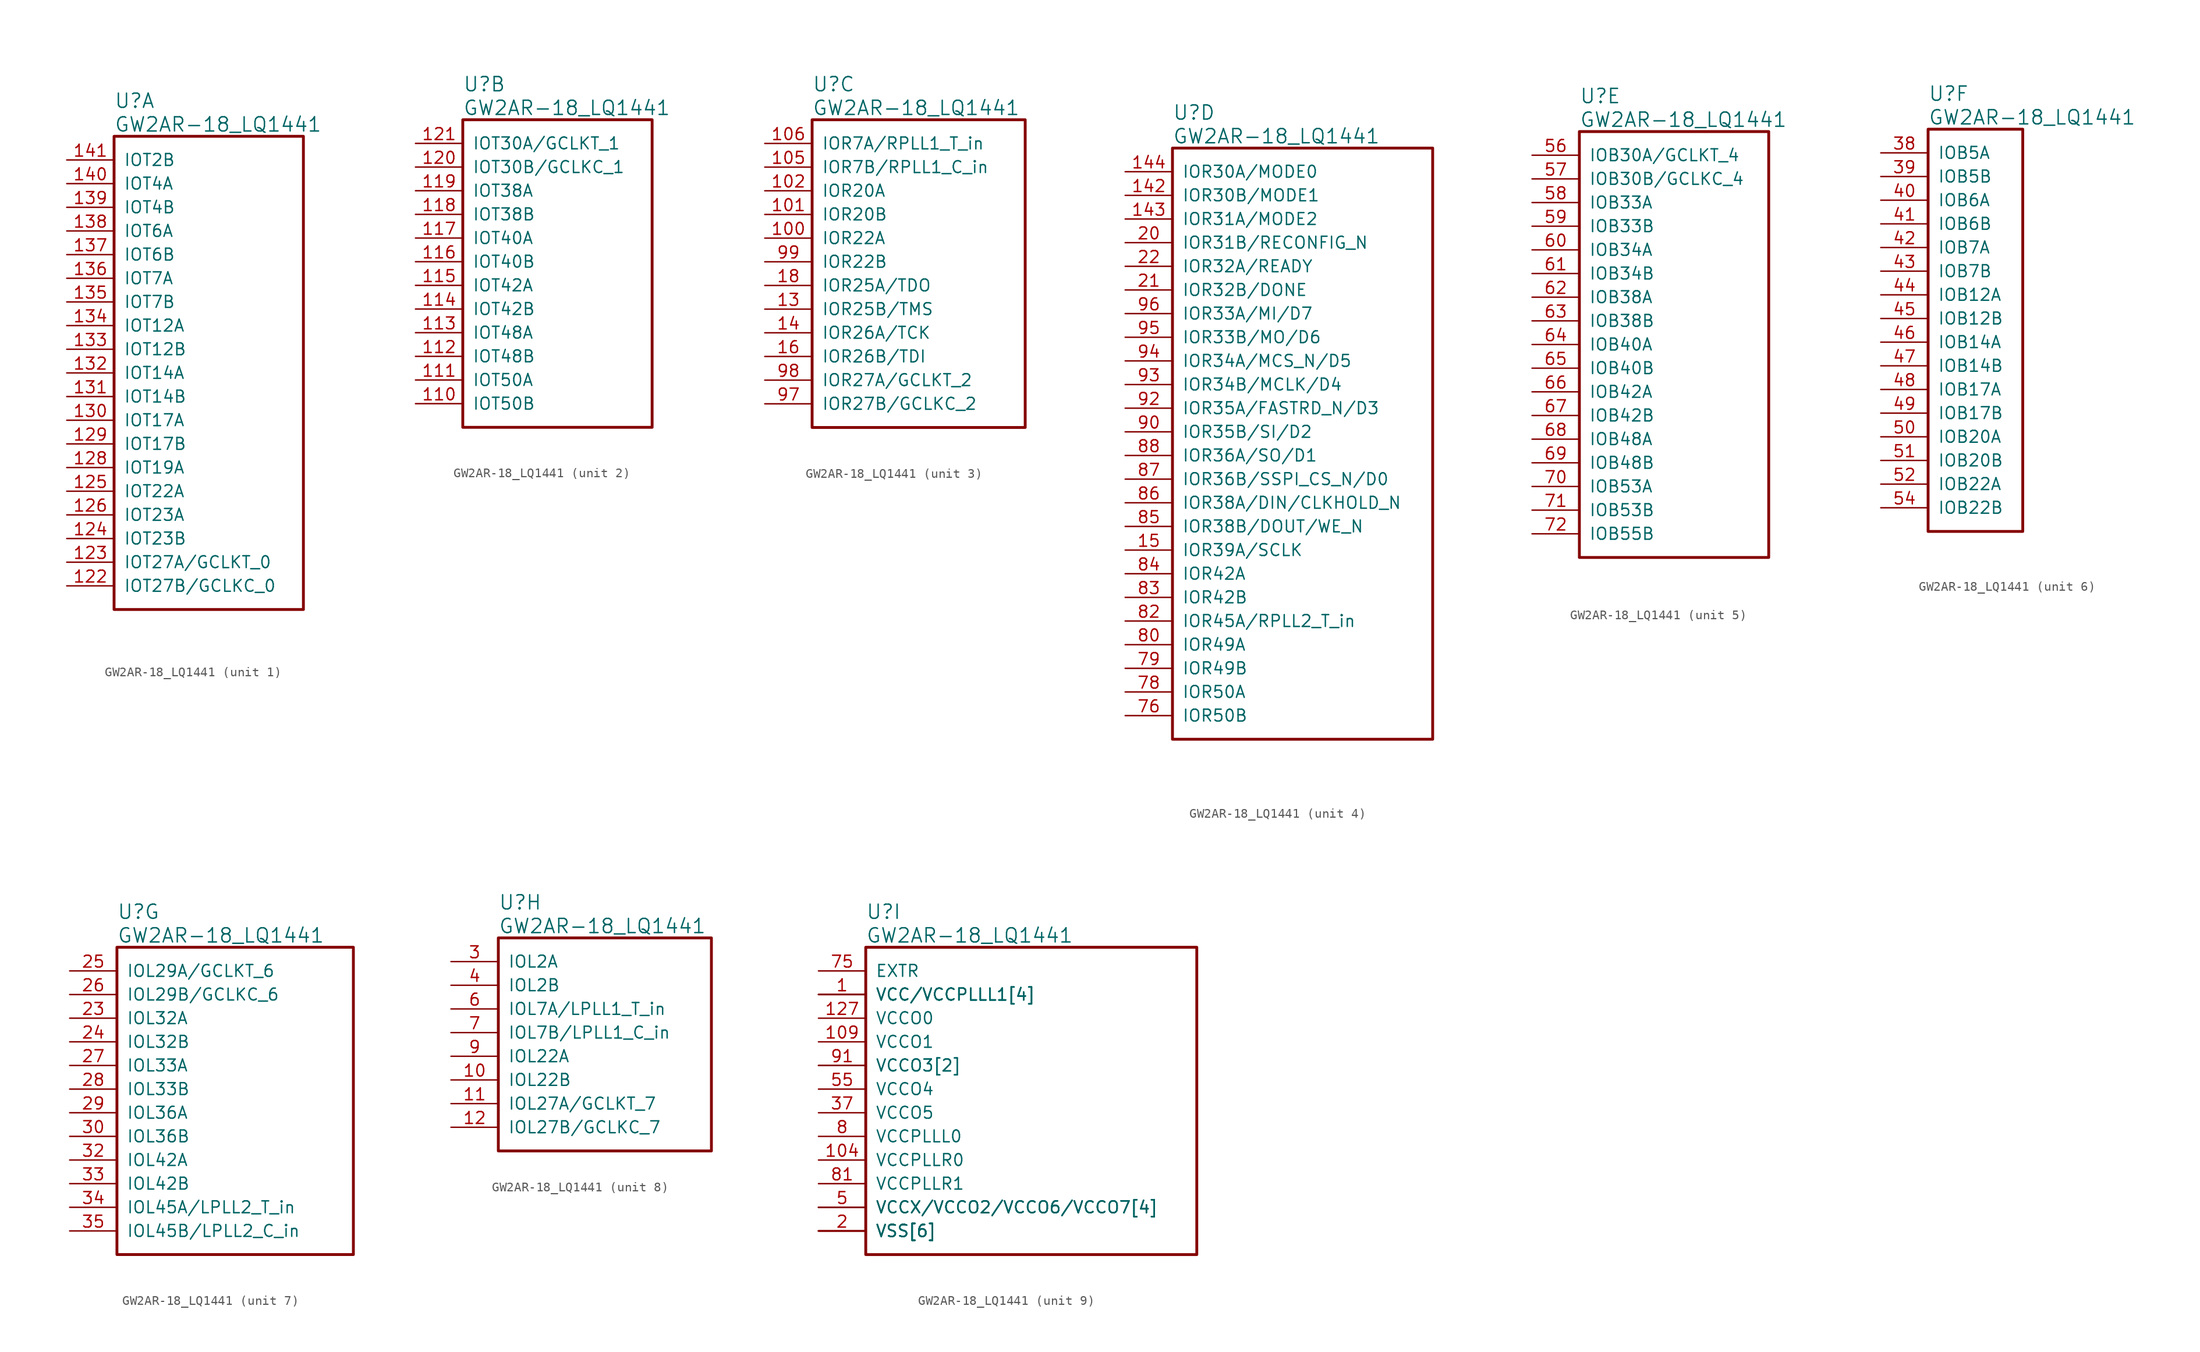
<source format=kicad_sym>
(kicad_symbol_lib
  (version 20220914)
  (generator kicad_symbol_editor)
  (symbol "GW2AR-18_LQ1441"
    (pin_names
      (offset 1.016))
    (property "Reference" "U"
      (at 5.08 6.35 0)
      (effects (font (size 1.524 1.524)) (justify left)))
    (property "Value" "GW2AR-18_LQ1441"
      (at 5.08 3.81 0)
      (effects (font (size 1.524 1.524)) (justify left)))
    (property "ki_locked" ""
      (at 0 0 0)
      (effects (font (size 1.27 1.27))))
    (symbol "GW2AR-18_LQ1441_1_1"
      (rectangle (start 5.08 2.54) (end 25.4 -48.26) (stroke (width 0.305) (type solid)) (fill (type none)))
      (pin bidirectional line (at 0 -45.72 0) (length 5.08) (name "IOT27B/GCLKC_0" (effects (font (size 1.27 1.27)))) (number "122" (effects (font (size 1.27 1.27)))))
      (pin bidirectional line (at 0 -43.18 0) (length 5.08) (name "IOT27A/GCLKT_0" (effects (font (size 1.27 1.27)))) (number "123" (effects (font (size 1.27 1.27)))))
      (pin bidirectional line (at 0 -40.64 0) (length 5.08) (name "IOT23B" (effects (font (size 1.27 1.27)))) (number "124" (effects (font (size 1.27 1.27)))))
      (pin bidirectional line (at 0 -35.56 0) (length 5.08) (name "IOT22A" (effects (font (size 1.27 1.27)))) (number "125" (effects (font (size 1.27 1.27)))))
      (pin bidirectional line (at 0 -38.1 0) (length 5.08) (name "IOT23A" (effects (font (size 1.27 1.27)))) (number "126" (effects (font (size 1.27 1.27)))))
      (pin bidirectional line (at 0 -33.02 0) (length 5.08) (name "IOT19A" (effects (font (size 1.27 1.27)))) (number "128" (effects (font (size 1.27 1.27)))))
      (pin bidirectional line (at 0 -30.48 0) (length 5.08) (name "IOT17B" (effects (font (size 1.27 1.27)))) (number "129" (effects (font (size 1.27 1.27)))))
      (pin bidirectional line (at 0 -27.94 0) (length 5.08) (name "IOT17A" (effects (font (size 1.27 1.27)))) (number "130" (effects (font (size 1.27 1.27)))))
      (pin bidirectional line (at 0 -25.4 0) (length 5.08) (name "IOT14B" (effects (font (size 1.27 1.27)))) (number "131" (effects (font (size 1.27 1.27)))))
      (pin bidirectional line (at 0 -22.86 0) (length 5.08) (name "IOT14A" (effects (font (size 1.27 1.27)))) (number "132" (effects (font (size 1.27 1.27)))))
      (pin bidirectional line (at 0 -20.32 0) (length 5.08) (name "IOT12B" (effects (font (size 1.27 1.27)))) (number "133" (effects (font (size 1.27 1.27)))))
      (pin bidirectional line (at 0 -17.78 0) (length 5.08) (name "IOT12A" (effects (font (size 1.27 1.27)))) (number "134" (effects (font (size 1.27 1.27)))))
      (pin bidirectional line (at 0 -15.24 0) (length 5.08) (name "IOT7B" (effects (font (size 1.27 1.27)))) (number "135" (effects (font (size 1.27 1.27)))))
      (pin bidirectional line (at 0 -12.7 0) (length 5.08) (name "IOT7A" (effects (font (size 1.27 1.27)))) (number "136" (effects (font (size 1.27 1.27)))))
      (pin bidirectional line (at 0 -10.16 0) (length 5.08) (name "IOT6B" (effects (font (size 1.27 1.27)))) (number "137" (effects (font (size 1.27 1.27)))))
      (pin bidirectional line (at 0 -7.62 0) (length 5.08) (name "IOT6A" (effects (font (size 1.27 1.27)))) (number "138" (effects (font (size 1.27 1.27)))))
      (pin bidirectional line (at 0 -5.08 0) (length 5.08) (name "IOT4B" (effects (font (size 1.27 1.27)))) (number "139" (effects (font (size 1.27 1.27)))))
      (pin bidirectional line (at 0 -2.54 0) (length 5.08) (name "IOT4A" (effects (font (size 1.27 1.27)))) (number "140" (effects (font (size 1.27 1.27)))))
      (pin bidirectional line (at 0 0 0) (length 5.08) (name "IOT2B" (effects (font (size 1.27 1.27)))) (number "141" (effects (font (size 1.27 1.27))))))
    (symbol "GW2AR-18_LQ1441_2_1"
      (rectangle (start 5.08 2.54) (end 25.4 -30.48) (stroke (width 0.305) (type solid)) (fill (type none)))
      (pin bidirectional line (at 0 -27.94 0) (length 5.08) (name "IOT50B" (effects (font (size 1.27 1.27)))) (number "110" (effects (font (size 1.27 1.27)))))
      (pin bidirectional line (at 0 -25.4 0) (length 5.08) (name "IOT50A" (effects (font (size 1.27 1.27)))) (number "111" (effects (font (size 1.27 1.27)))))
      (pin bidirectional line (at 0 -22.86 0) (length 5.08) (name "IOT48B" (effects (font (size 1.27 1.27)))) (number "112" (effects (font (size 1.27 1.27)))))
      (pin bidirectional line (at 0 -20.32 0) (length 5.08) (name "IOT48A" (effects (font (size 1.27 1.27)))) (number "113" (effects (font (size 1.27 1.27)))))
      (pin bidirectional line (at 0 -17.78 0) (length 5.08) (name "IOT42B" (effects (font (size 1.27 1.27)))) (number "114" (effects (font (size 1.27 1.27)))))
      (pin bidirectional line (at 0 -15.24 0) (length 5.08) (name "IOT42A" (effects (font (size 1.27 1.27)))) (number "115" (effects (font (size 1.27 1.27)))))
      (pin bidirectional line (at 0 -12.7 0) (length 5.08) (name "IOT40B" (effects (font (size 1.27 1.27)))) (number "116" (effects (font (size 1.27 1.27)))))
      (pin bidirectional line (at 0 -10.16 0) (length 5.08) (name "IOT40A" (effects (font (size 1.27 1.27)))) (number "117" (effects (font (size 1.27 1.27)))))
      (pin bidirectional line (at 0 -7.62 0) (length 5.08) (name "IOT38B" (effects (font (size 1.27 1.27)))) (number "118" (effects (font (size 1.27 1.27)))))
      (pin bidirectional line (at 0 -5.08 0) (length 5.08) (name "IOT38A" (effects (font (size 1.27 1.27)))) (number "119" (effects (font (size 1.27 1.27)))))
      (pin bidirectional line (at 0 -2.54 0) (length 5.08) (name "IOT30B/GCLKC_1" (effects (font (size 1.27 1.27)))) (number "120" (effects (font (size 1.27 1.27)))))
      (pin bidirectional line (at 0 0 0) (length 5.08) (name "IOT30A/GCLKT_1" (effects (font (size 1.27 1.27)))) (number "121" (effects (font (size 1.27 1.27))))))
    (symbol "GW2AR-18_LQ1441_3_1"
      (rectangle (start 5.08 2.54) (end 27.94 -30.48) (stroke (width 0.305) (type solid)) (fill (type none)))
      (pin bidirectional line (at 0 -10.16 0) (length 5.08) (name "IOR22A" (effects (font (size 1.27 1.27)))) (number "100" (effects (font (size 1.27 1.27)))))
      (pin bidirectional line (at 0 -7.62 0) (length 5.08) (name "IOR20B" (effects (font (size 1.27 1.27)))) (number "101" (effects (font (size 1.27 1.27)))))
      (pin bidirectional line (at 0 -5.08 0) (length 5.08) (name "IOR20A" (effects (font (size 1.27 1.27)))) (number "102" (effects (font (size 1.27 1.27)))))
      (pin bidirectional line (at 0 -2.54 0) (length 5.08) (name "IOR7B/RPLL1_C_in" (effects (font (size 1.27 1.27)))) (number "105" (effects (font (size 1.27 1.27)))))
      (pin bidirectional line (at 0 0 0) (length 5.08) (name "IOR7A/RPLL1_T_in" (effects (font (size 1.27 1.27)))) (number "106" (effects (font (size 1.27 1.27)))))
      (pin bidirectional line (at 0 -17.78 0) (length 5.08) (name "IOR25B/TMS" (effects (font (size 1.27 1.27)))) (number "13" (effects (font (size 1.27 1.27)))))
      (pin bidirectional line (at 0 -20.32 0) (length 5.08) (name "IOR26A/TCK" (effects (font (size 1.27 1.27)))) (number "14" (effects (font (size 1.27 1.27)))))
      (pin bidirectional line (at 0 -22.86 0) (length 5.08) (name "IOR26B/TDI" (effects (font (size 1.27 1.27)))) (number "16" (effects (font (size 1.27 1.27)))))
      (pin bidirectional line (at 0 -15.24 0) (length 5.08) (name "IOR25A/TDO" (effects (font (size 1.27 1.27)))) (number "18" (effects (font (size 1.27 1.27)))))
      (pin bidirectional line (at 0 -27.94 0) (length 5.08) (name "IOR27B/GCLKC_2" (effects (font (size 1.27 1.27)))) (number "97" (effects (font (size 1.27 1.27)))))
      (pin bidirectional line (at 0 -25.4 0) (length 5.08) (name "IOR27A/GCLKT_2" (effects (font (size 1.27 1.27)))) (number "98" (effects (font (size 1.27 1.27)))))
      (pin bidirectional line (at 0 -12.7 0) (length 5.08) (name "IOR22B" (effects (font (size 1.27 1.27)))) (number "99" (effects (font (size 1.27 1.27))))))
    (symbol "GW2AR-18_LQ1441_4_1"
      (rectangle (start 5.08 2.54) (end 33.02 -60.96) (stroke (width 0.305) (type solid)) (fill (type none)))
      (pin bidirectional line (at 0 -2.54 0) (length 5.08) (name "IOR30B/MODE1" (effects (font (size 1.27 1.27)))) (number "142" (effects (font (size 1.27 1.27)))))
      (pin bidirectional line (at 0 -5.08 0) (length 5.08) (name "IOR31A/MODE2" (effects (font (size 1.27 1.27)))) (number "143" (effects (font (size 1.27 1.27)))))
      (pin bidirectional line (at 0 0 0) (length 5.08) (name "IOR30A/MODE0" (effects (font (size 1.27 1.27)))) (number "144" (effects (font (size 1.27 1.27)))))
      (pin bidirectional line (at 0 -40.64 0) (length 5.08) (name "IOR39A/SCLK" (effects (font (size 1.27 1.27)))) (number "15" (effects (font (size 1.27 1.27)))))
      (pin bidirectional line (at 0 -7.62 0) (length 5.08) (name "IOR31B/RECONFIG_N" (effects (font (size 1.27 1.27)))) (number "20" (effects (font (size 1.27 1.27)))))
      (pin bidirectional line (at 0 -12.7 0) (length 5.08) (name "IOR32B/DONE" (effects (font (size 1.27 1.27)))) (number "21" (effects (font (size 1.27 1.27)))))
      (pin bidirectional line (at 0 -10.16 0) (length 5.08) (name "IOR32A/READY" (effects (font (size 1.27 1.27)))) (number "22" (effects (font (size 1.27 1.27)))))
      (pin bidirectional line (at 0 -58.42 0) (length 5.08) (name "IOR50B" (effects (font (size 1.27 1.27)))) (number "76" (effects (font (size 1.27 1.27)))))
      (pin bidirectional line (at 0 -55.88 0) (length 5.08) (name "IOR50A" (effects (font (size 1.27 1.27)))) (number "78" (effects (font (size 1.27 1.27)))))
      (pin bidirectional line (at 0 -53.34 0) (length 5.08) (name "IOR49B" (effects (font (size 1.27 1.27)))) (number "79" (effects (font (size 1.27 1.27)))))
      (pin bidirectional line (at 0 -50.8 0) (length 5.08) (name "IOR49A" (effects (font (size 1.27 1.27)))) (number "80" (effects (font (size 1.27 1.27)))))
      (pin bidirectional line (at 0 -48.26 0) (length 5.08) (name "IOR45A/RPLL2_T_in" (effects (font (size 1.27 1.27)))) (number "82" (effects (font (size 1.27 1.27)))))
      (pin bidirectional line (at 0 -45.72 0) (length 5.08) (name "IOR42B" (effects (font (size 1.27 1.27)))) (number "83" (effects (font (size 1.27 1.27)))))
      (pin bidirectional line (at 0 -43.18 0) (length 5.08) (name "IOR42A" (effects (font (size 1.27 1.27)))) (number "84" (effects (font (size 1.27 1.27)))))
      (pin bidirectional line (at 0 -38.1 0) (length 5.08) (name "IOR38B/DOUT/WE_N" (effects (font (size 1.27 1.27)))) (number "85" (effects (font (size 1.27 1.27)))))
      (pin bidirectional line (at 0 -35.56 0) (length 5.08) (name "IOR38A/DIN/CLKHOLD_N" (effects (font (size 1.27 1.27)))) (number "86" (effects (font (size 1.27 1.27)))))
      (pin bidirectional line (at 0 -33.02 0) (length 5.08) (name "IOR36B/SSPI_CS_N/D0" (effects (font (size 1.27 1.27)))) (number "87" (effects (font (size 1.27 1.27)))))
      (pin bidirectional line (at 0 -30.48 0) (length 5.08) (name "IOR36A/SO/D1" (effects (font (size 1.27 1.27)))) (number "88" (effects (font (size 1.27 1.27)))))
      (pin bidirectional line (at 0 -27.94 0) (length 5.08) (name "IOR35B/SI/D2" (effects (font (size 1.27 1.27)))) (number "90" (effects (font (size 1.27 1.27)))))
      (pin bidirectional line (at 0 -25.4 0) (length 5.08) (name "IOR35A/FASTRD_N/D3" (effects (font (size 1.27 1.27)))) (number "92" (effects (font (size 1.27 1.27)))))
      (pin bidirectional line (at 0 -22.86 0) (length 5.08) (name "IOR34B/MCLK/D4" (effects (font (size 1.27 1.27)))) (number "93" (effects (font (size 1.27 1.27)))))
      (pin bidirectional line (at 0 -20.32 0) (length 5.08) (name "IOR34A/MCS_N/D5" (effects (font (size 1.27 1.27)))) (number "94" (effects (font (size 1.27 1.27)))))
      (pin bidirectional line (at 0 -17.78 0) (length 5.08) (name "IOR33B/MO/D6" (effects (font (size 1.27 1.27)))) (number "95" (effects (font (size 1.27 1.27)))))
      (pin bidirectional line (at 0 -15.24 0) (length 5.08) (name "IOR33A/MI/D7" (effects (font (size 1.27 1.27)))) (number "96" (effects (font (size 1.27 1.27))))))
    (symbol "GW2AR-18_LQ1441_5_1"
      (rectangle (start 5.08 2.54) (end 25.4 -43.18) (stroke (width 0.305) (type solid)) (fill (type none)))
      (pin bidirectional line (at 0 0 0) (length 5.08) (name "IOB30A/GCLKT_4" (effects (font (size 1.27 1.27)))) (number "56" (effects (font (size 1.27 1.27)))))
      (pin bidirectional line (at 0 -2.54 0) (length 5.08) (name "IOB30B/GCLKC_4" (effects (font (size 1.27 1.27)))) (number "57" (effects (font (size 1.27 1.27)))))
      (pin bidirectional line (at 0 -5.08 0) (length 5.08) (name "IOB33A" (effects (font (size 1.27 1.27)))) (number "58" (effects (font (size 1.27 1.27)))))
      (pin bidirectional line (at 0 -7.62 0) (length 5.08) (name "IOB33B" (effects (font (size 1.27 1.27)))) (number "59" (effects (font (size 1.27 1.27)))))
      (pin bidirectional line (at 0 -10.16 0) (length 5.08) (name "IOB34A" (effects (font (size 1.27 1.27)))) (number "60" (effects (font (size 1.27 1.27)))))
      (pin bidirectional line (at 0 -12.7 0) (length 5.08) (name "IOB34B" (effects (font (size 1.27 1.27)))) (number "61" (effects (font (size 1.27 1.27)))))
      (pin bidirectional line (at 0 -15.24 0) (length 5.08) (name "IOB38A" (effects (font (size 1.27 1.27)))) (number "62" (effects (font (size 1.27 1.27)))))
      (pin bidirectional line (at 0 -17.78 0) (length 5.08) (name "IOB38B" (effects (font (size 1.27 1.27)))) (number "63" (effects (font (size 1.27 1.27)))))
      (pin bidirectional line (at 0 -20.32 0) (length 5.08) (name "IOB40A" (effects (font (size 1.27 1.27)))) (number "64" (effects (font (size 1.27 1.27)))))
      (pin bidirectional line (at 0 -22.86 0) (length 5.08) (name "IOB40B" (effects (font (size 1.27 1.27)))) (number "65" (effects (font (size 1.27 1.27)))))
      (pin bidirectional line (at 0 -25.4 0) (length 5.08) (name "IOB42A" (effects (font (size 1.27 1.27)))) (number "66" (effects (font (size 1.27 1.27)))))
      (pin bidirectional line (at 0 -27.94 0) (length 5.08) (name "IOB42B" (effects (font (size 1.27 1.27)))) (number "67" (effects (font (size 1.27 1.27)))))
      (pin bidirectional line (at 0 -30.48 0) (length 5.08) (name "IOB48A" (effects (font (size 1.27 1.27)))) (number "68" (effects (font (size 1.27 1.27)))))
      (pin bidirectional line (at 0 -33.02 0) (length 5.08) (name "IOB48B" (effects (font (size 1.27 1.27)))) (number "69" (effects (font (size 1.27 1.27)))))
      (pin bidirectional line (at 0 -35.56 0) (length 5.08) (name "IOB53A" (effects (font (size 1.27 1.27)))) (number "70" (effects (font (size 1.27 1.27)))))
      (pin bidirectional line (at 0 -38.1 0) (length 5.08) (name "IOB53B" (effects (font (size 1.27 1.27)))) (number "71" (effects (font (size 1.27 1.27)))))
      (pin bidirectional line (at 0 -40.64 0) (length 5.08) (name "IOB55B" (effects (font (size 1.27 1.27)))) (number "72" (effects (font (size 1.27 1.27))))))
    (symbol "GW2AR-18_LQ1441_6_1"
      (rectangle (start 5.08 2.54) (end 15.24 -40.64) (stroke (width 0.305) (type solid)) (fill (type none)))
      (pin bidirectional line (at 0 0 0) (length 5.08) (name "IOB5A" (effects (font (size 1.27 1.27)))) (number "38" (effects (font (size 1.27 1.27)))))
      (pin bidirectional line (at 0 -2.54 0) (length 5.08) (name "IOB5B" (effects (font (size 1.27 1.27)))) (number "39" (effects (font (size 1.27 1.27)))))
      (pin bidirectional line (at 0 -5.08 0) (length 5.08) (name "IOB6A" (effects (font (size 1.27 1.27)))) (number "40" (effects (font (size 1.27 1.27)))))
      (pin bidirectional line (at 0 -7.62 0) (length 5.08) (name "IOB6B" (effects (font (size 1.27 1.27)))) (number "41" (effects (font (size 1.27 1.27)))))
      (pin bidirectional line (at 0 -10.16 0) (length 5.08) (name "IOB7A" (effects (font (size 1.27 1.27)))) (number "42" (effects (font (size 1.27 1.27)))))
      (pin bidirectional line (at 0 -12.7 0) (length 5.08) (name "IOB7B" (effects (font (size 1.27 1.27)))) (number "43" (effects (font (size 1.27 1.27)))))
      (pin bidirectional line (at 0 -15.24 0) (length 5.08) (name "IOB12A" (effects (font (size 1.27 1.27)))) (number "44" (effects (font (size 1.27 1.27)))))
      (pin bidirectional line (at 0 -17.78 0) (length 5.08) (name "IOB12B" (effects (font (size 1.27 1.27)))) (number "45" (effects (font (size 1.27 1.27)))))
      (pin bidirectional line (at 0 -20.32 0) (length 5.08) (name "IOB14A" (effects (font (size 1.27 1.27)))) (number "46" (effects (font (size 1.27 1.27)))))
      (pin bidirectional line (at 0 -22.86 0) (length 5.08) (name "IOB14B" (effects (font (size 1.27 1.27)))) (number "47" (effects (font (size 1.27 1.27)))))
      (pin bidirectional line (at 0 -25.4 0) (length 5.08) (name "IOB17A" (effects (font (size 1.27 1.27)))) (number "48" (effects (font (size 1.27 1.27)))))
      (pin bidirectional line (at 0 -27.94 0) (length 5.08) (name "IOB17B" (effects (font (size 1.27 1.27)))) (number "49" (effects (font (size 1.27 1.27)))))
      (pin bidirectional line (at 0 -30.48 0) (length 5.08) (name "IOB20A" (effects (font (size 1.27 1.27)))) (number "50" (effects (font (size 1.27 1.27)))))
      (pin bidirectional line (at 0 -33.02 0) (length 5.08) (name "IOB20B" (effects (font (size 1.27 1.27)))) (number "51" (effects (font (size 1.27 1.27)))))
      (pin bidirectional line (at 0 -35.56 0) (length 5.08) (name "IOB22A" (effects (font (size 1.27 1.27)))) (number "52" (effects (font (size 1.27 1.27)))))
      (pin bidirectional line (at 0 -38.1 0) (length 5.08) (name "IOB22B" (effects (font (size 1.27 1.27)))) (number "54" (effects (font (size 1.27 1.27))))))
    (symbol "GW2AR-18_LQ1441_7_1"
      (rectangle (start 5.08 2.54) (end 30.48 -30.48) (stroke (width 0.305) (type solid)) (fill (type none)))
      (pin bidirectional line (at 0 -5.08 0) (length 5.08) (name "IOL32A" (effects (font (size 1.27 1.27)))) (number "23" (effects (font (size 1.27 1.27)))))
      (pin bidirectional line (at 0 -7.62 0) (length 5.08) (name "IOL32B" (effects (font (size 1.27 1.27)))) (number "24" (effects (font (size 1.27 1.27)))))
      (pin bidirectional line (at 0 0 0) (length 5.08) (name "IOL29A/GCLKT_6" (effects (font (size 1.27 1.27)))) (number "25" (effects (font (size 1.27 1.27)))))
      (pin bidirectional line (at 0 -2.54 0) (length 5.08) (name "IOL29B/GCLKC_6" (effects (font (size 1.27 1.27)))) (number "26" (effects (font (size 1.27 1.27)))))
      (pin bidirectional line (at 0 -10.16 0) (length 5.08) (name "IOL33A" (effects (font (size 1.27 1.27)))) (number "27" (effects (font (size 1.27 1.27)))))
      (pin bidirectional line (at 0 -12.7 0) (length 5.08) (name "IOL33B" (effects (font (size 1.27 1.27)))) (number "28" (effects (font (size 1.27 1.27)))))
      (pin bidirectional line (at 0 -15.24 0) (length 5.08) (name "IOL36A" (effects (font (size 1.27 1.27)))) (number "29" (effects (font (size 1.27 1.27)))))
      (pin bidirectional line (at 0 -17.78 0) (length 5.08) (name "IOL36B" (effects (font (size 1.27 1.27)))) (number "30" (effects (font (size 1.27 1.27)))))
      (pin bidirectional line (at 0 -20.32 0) (length 5.08) (name "IOL42A" (effects (font (size 1.27 1.27)))) (number "32" (effects (font (size 1.27 1.27)))))
      (pin bidirectional line (at 0 -22.86 0) (length 5.08) (name "IOL42B" (effects (font (size 1.27 1.27)))) (number "33" (effects (font (size 1.27 1.27)))))
      (pin bidirectional line (at 0 -25.4 0) (length 5.08) (name "IOL45A/LPLL2_T_in" (effects (font (size 1.27 1.27)))) (number "34" (effects (font (size 1.27 1.27)))))
      (pin bidirectional line (at 0 -27.94 0) (length 5.08) (name "IOL45B/LPLL2_C_in" (effects (font (size 1.27 1.27)))) (number "35" (effects (font (size 1.27 1.27))))))
    (symbol "GW2AR-18_LQ1441_8_1"
      (rectangle (start 5.08 2.54) (end 27.94 -20.32) (stroke (width 0.305) (type solid)) (fill (type none)))
      (pin bidirectional line (at 0 -12.7 0) (length 5.08) (name "IOL22B" (effects (font (size 1.27 1.27)))) (number "10" (effects (font (size 1.27 1.27)))))
      (pin bidirectional line (at 0 -15.24 0) (length 5.08) (name "IOL27A/GCLKT_7" (effects (font (size 1.27 1.27)))) (number "11" (effects (font (size 1.27 1.27)))))
      (pin bidirectional line (at 0 -17.78 0) (length 5.08) (name "IOL27B/GCLKC_7" (effects (font (size 1.27 1.27)))) (number "12" (effects (font (size 1.27 1.27)))))
      (pin bidirectional line (at 0 0 0) (length 5.08) (name "IOL2A" (effects (font (size 1.27 1.27)))) (number "3" (effects (font (size 1.27 1.27)))))
      (pin bidirectional line (at 0 -2.54 0) (length 5.08) (name "IOL2B" (effects (font (size 1.27 1.27)))) (number "4" (effects (font (size 1.27 1.27)))))
      (pin bidirectional line (at 0 -5.08 0) (length 5.08) (name "IOL7A/LPLL1_T_in" (effects (font (size 1.27 1.27)))) (number "6" (effects (font (size 1.27 1.27)))))
      (pin bidirectional line (at 0 -7.62 0) (length 5.08) (name "IOL7B/LPLL1_C_in" (effects (font (size 1.27 1.27)))) (number "7" (effects (font (size 1.27 1.27)))))
      (pin bidirectional line (at 0 -10.16 0) (length 5.08) (name "IOL22A" (effects (font (size 1.27 1.27)))) (number "9" (effects (font (size 1.27 1.27))))))
    (symbol "GW2AR-18_LQ1441_9_1"
      (rectangle (start 5.08 2.54) (end 40.64 -30.48) (stroke (width 0.305) (type solid)) (fill (type none)))
      (pin power_in line (at 0 -2.54 0) (length 5.08) (name "VCC/VCCPLLL1[4]" (effects (font (size 1.27 1.27)))) (number "1" (effects (font (size 1.27 1.27)))))
      (pin power_in line (at 0 -25.4 0) (length 5.08) (name "VCCX/VCCO2/VCCO6/VCCO7[4]" (effects (font (size 1.27 1.27)))) (number "103" (effects (font (size 0 0)))))
      (pin power_in line (at 0 -20.32 0) (length 5.08) (name "VCCPLLR0" (effects (font (size 1.27 1.27)))) (number "104" (effects (font (size 1.27 1.27)))))
      (pin power_in line (at 0 -27.94 0) (length 5.08) (name "VSS[6]" (effects (font (size 1.27 1.27)))) (number "107" (effects (font (size 0 0)))))
      (pin power_in line (at 0 -2.54 0) (length 5.08) (name "VCC/VCCPLLL1[4]" (effects (font (size 1.27 1.27)))) (number "108" (effects (font (size 0 0)))))
      (pin power_in line (at 0 -7.62 0) (length 5.08) (name "VCCO1" (effects (font (size 1.27 1.27)))) (number "109" (effects (font (size 1.27 1.27)))))
      (pin power_in line (at 0 -5.08 0) (length 5.08) (name "VCCO0" (effects (font (size 1.27 1.27)))) (number "127" (effects (font (size 1.27 1.27)))))
      (pin power_in line (at 0 -27.94 0) (length 5.08) (name "VSS[6]" (effects (font (size 1.27 1.27)))) (number "17" (effects (font (size 0 0)))))
      (pin power_in line (at 0 -25.4 0) (length 5.08) (name "VCCX/VCCO2/VCCO6/VCCO7[4]" (effects (font (size 1.27 1.27)))) (number "19" (effects (font (size 0 0)))))
      (pin power_in line (at 0 -27.94 0) (length 5.08) (name "VSS[6]" (effects (font (size 1.27 1.27)))) (number "2" (effects (font (size 1.27 1.27)))))
      (pin power_in line (at 0 -25.4 0) (length 5.08) (name "VCCX/VCCO2/VCCO6/VCCO7[4]" (effects (font (size 1.27 1.27)))) (number "31" (effects (font (size 0 0)))))
      (pin power_in line (at 0 -2.54 0) (length 5.08) (name "VCC/VCCPLLL1[4]" (effects (font (size 1.27 1.27)))) (number "36" (effects (font (size 0 0)))))
      (pin power_in line (at 0 -15.24 0) (length 5.08) (name "VCCO5" (effects (font (size 1.27 1.27)))) (number "37" (effects (font (size 1.27 1.27)))))
      (pin power_in line (at 0 -25.4 0) (length 5.08) (name "VCCX/VCCO2/VCCO6/VCCO7[4]" (effects (font (size 1.27 1.27)))) (number "5" (effects (font (size 1.27 1.27)))))
      (pin power_in line (at 0 -27.94 0) (length 5.08) (name "VSS[6]" (effects (font (size 1.27 1.27)))) (number "53" (effects (font (size 0 0)))))
      (pin power_in line (at 0 -12.7 0) (length 5.08) (name "VCCO4" (effects (font (size 1.27 1.27)))) (number "55" (effects (font (size 1.27 1.27)))))
      (pin power_in line (at 0 -2.54 0) (length 5.08) (name "VCC/VCCPLLL1[4]" (effects (font (size 1.27 1.27)))) (number "73" (effects (font (size 0 0)))))
      (pin power_in line (at 0 -27.94 0) (length 5.08) (name "VSS[6]" (effects (font (size 1.27 1.27)))) (number "74" (effects (font (size 0 0)))))
      (pin power_in line (at 0 0 0) (length 5.08) (name "EXTR" (effects (font (size 1.27 1.27)))) (number "75" (effects (font (size 1.27 1.27)))))
      (pin power_in line (at 0 -10.16 0) (length 5.08) (name "VCCO3[2]" (effects (font (size 1.27 1.27)))) (number "77" (effects (font (size 0 0)))))
      (pin power_in line (at 0 -17.78 0) (length 5.08) (name "VCCPLLL0" (effects (font (size 1.27 1.27)))) (number "8" (effects (font (size 1.27 1.27)))))
      (pin power_in line (at 0 -22.86 0) (length 5.08) (name "VCCPLLR1" (effects (font (size 1.27 1.27)))) (number "81" (effects (font (size 1.27 1.27)))))
      (pin power_in line (at 0 -27.94 0) (length 5.08) (name "VSS[6]" (effects (font (size 1.27 1.27)))) (number "89" (effects (font (size 0 0)))))
      (pin power_in line (at 0 -10.16 0) (length 5.08) (name "VCCO3[2]" (effects (font (size 1.27 1.27)))) (number "91" (effects (font (size 1.27 1.27))))))))
</source>
